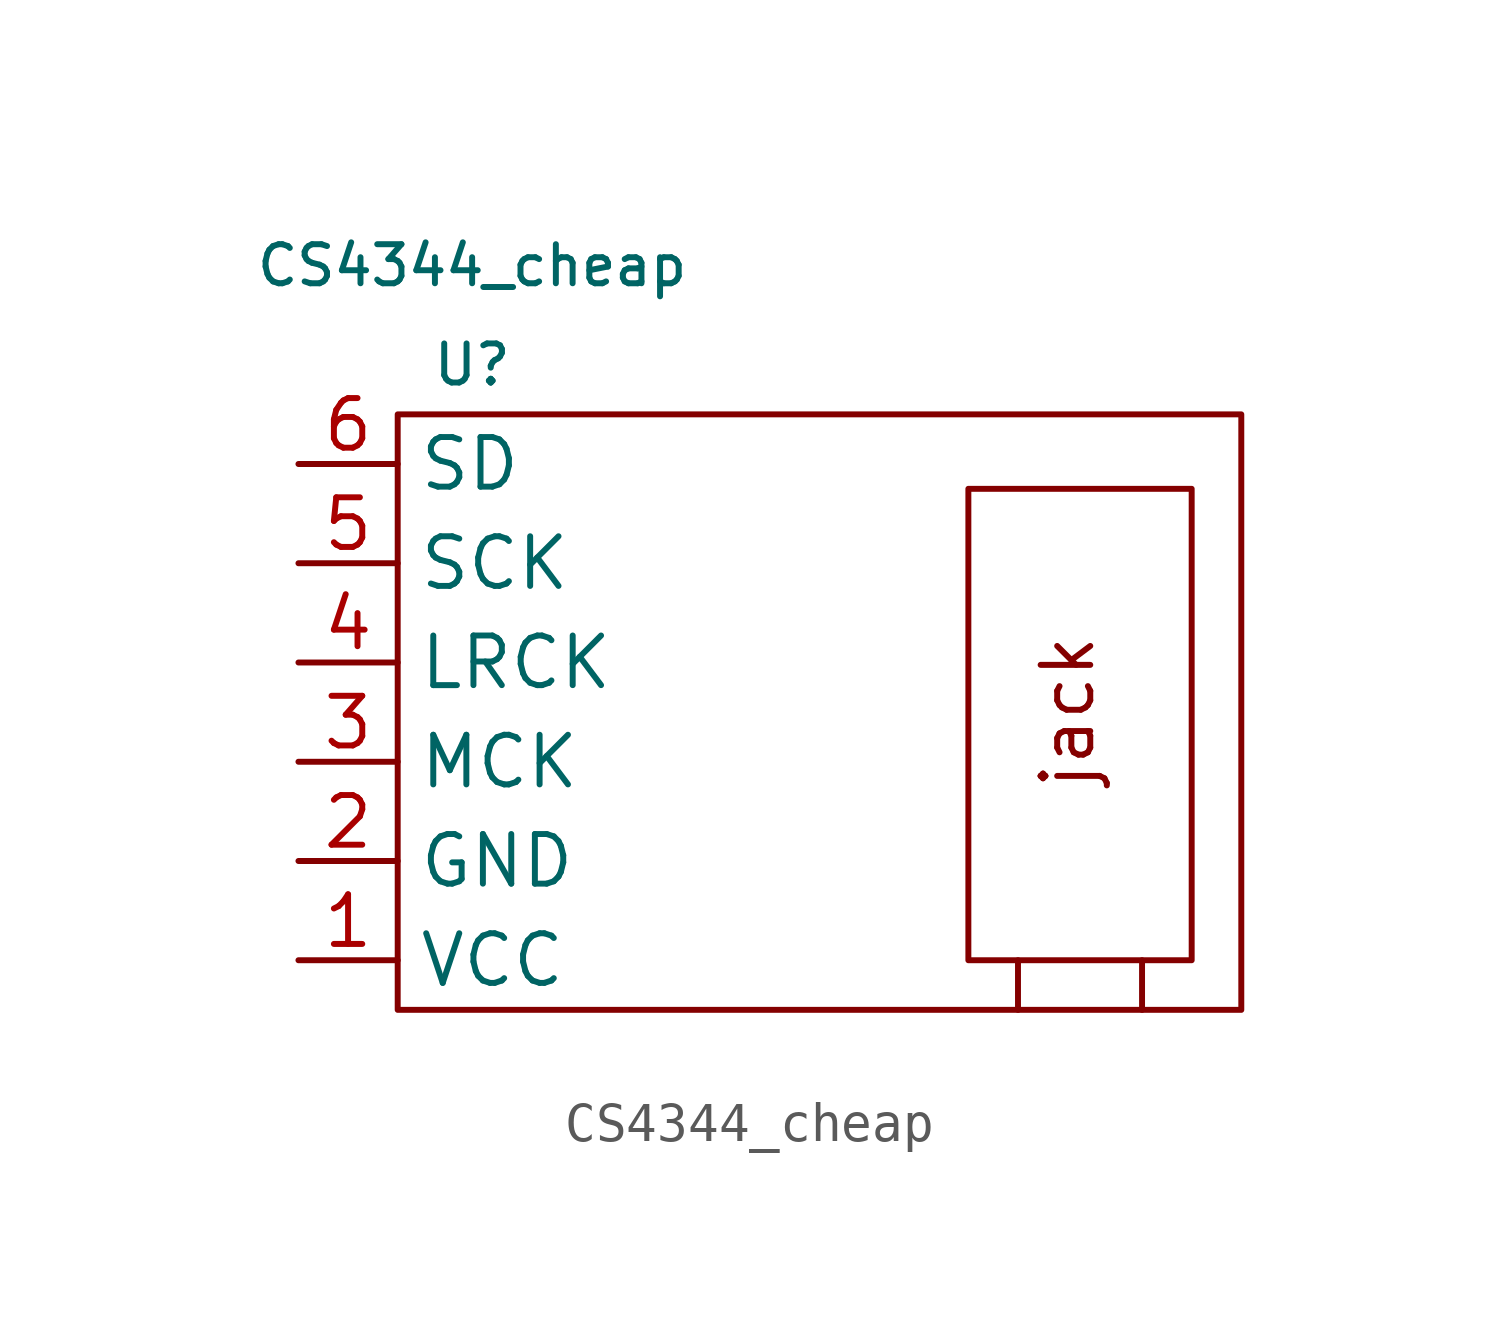
<source format=kicad_sym>
(kicad_symbol_lib
  (version 20211014)
  (generator kicad_symbol_editor)
  (symbol "CS4344_cheap"
    (property "Reference" "U"
      (at 0 8.89 0)
      (effects (font (size 1 1))))
    (property "Value" "CS4344_cheap"
      (at 0 11.43 0)
      (effects (font (size 1 1))))
    (symbol "CS4344_cheap_0_0"
      (text "jack" (at 15.24 0 900) (effects (font (size 1.27 1.27)))))
    (symbol "CS4344_cheap_0_1"
      (rectangle (start -1.905 7.62) (end 19.685 -7.62) (stroke (width 0.152) (type default) (color 0 0 0 0)) (fill (type none)))
      (polyline (pts (xy 13.97 -6.35) (xy 13.97 -7.62)) (stroke (width 0.152) (type default) (color 0 0 0 0)) (fill (type none)))
      (polyline (pts (xy 17.145 -6.35) (xy 17.145 -7.62)) (stroke (width 0.152) (type default) (color 0 0 0 0)) (fill (type none)))
      (rectangle (start 12.7 5.715) (end 18.415 -6.35) (stroke (width 0.152) (type default) (color 0 0 0 0)) (fill (type none))))
    (symbol "CS4344_cheap_1_1"
      (pin power_in line (at -4.445 -6.35 0) (length 2.54) (name "VCC" (effects (font (size 1.27 1.27)))) (number "1" (effects (font (size 1.27 1.27)))))
      (pin power_in line (at -4.445 -3.81 0) (length 2.54) (name "GND" (effects (font (size 1.27 1.27)))) (number "2" (effects (font (size 1.27 1.27)))))
      (pin input line (at -4.445 -1.27 0) (length 2.54) (name "MCK" (effects (font (size 1.27 1.27)))) (number "3" (effects (font (size 1.27 1.27)))))
      (pin input line (at -4.445 1.27 0) (length 2.54) (name "LRCK" (effects (font (size 1.27 1.27)))) (number "4" (effects (font (size 1.27 1.27)))))
      (pin input line (at -4.445 3.81 0) (length 2.54) (name "SCK" (effects (font (size 1.27 1.27)))) (number "5" (effects (font (size 1.27 1.27)))))
      (pin input line (at -4.445 6.35 0) (length 2.54) (name "SD" (effects (font (size 1.27 1.27)))) (number "6" (effects (font (size 1.27 1.27))))))))
</source>
